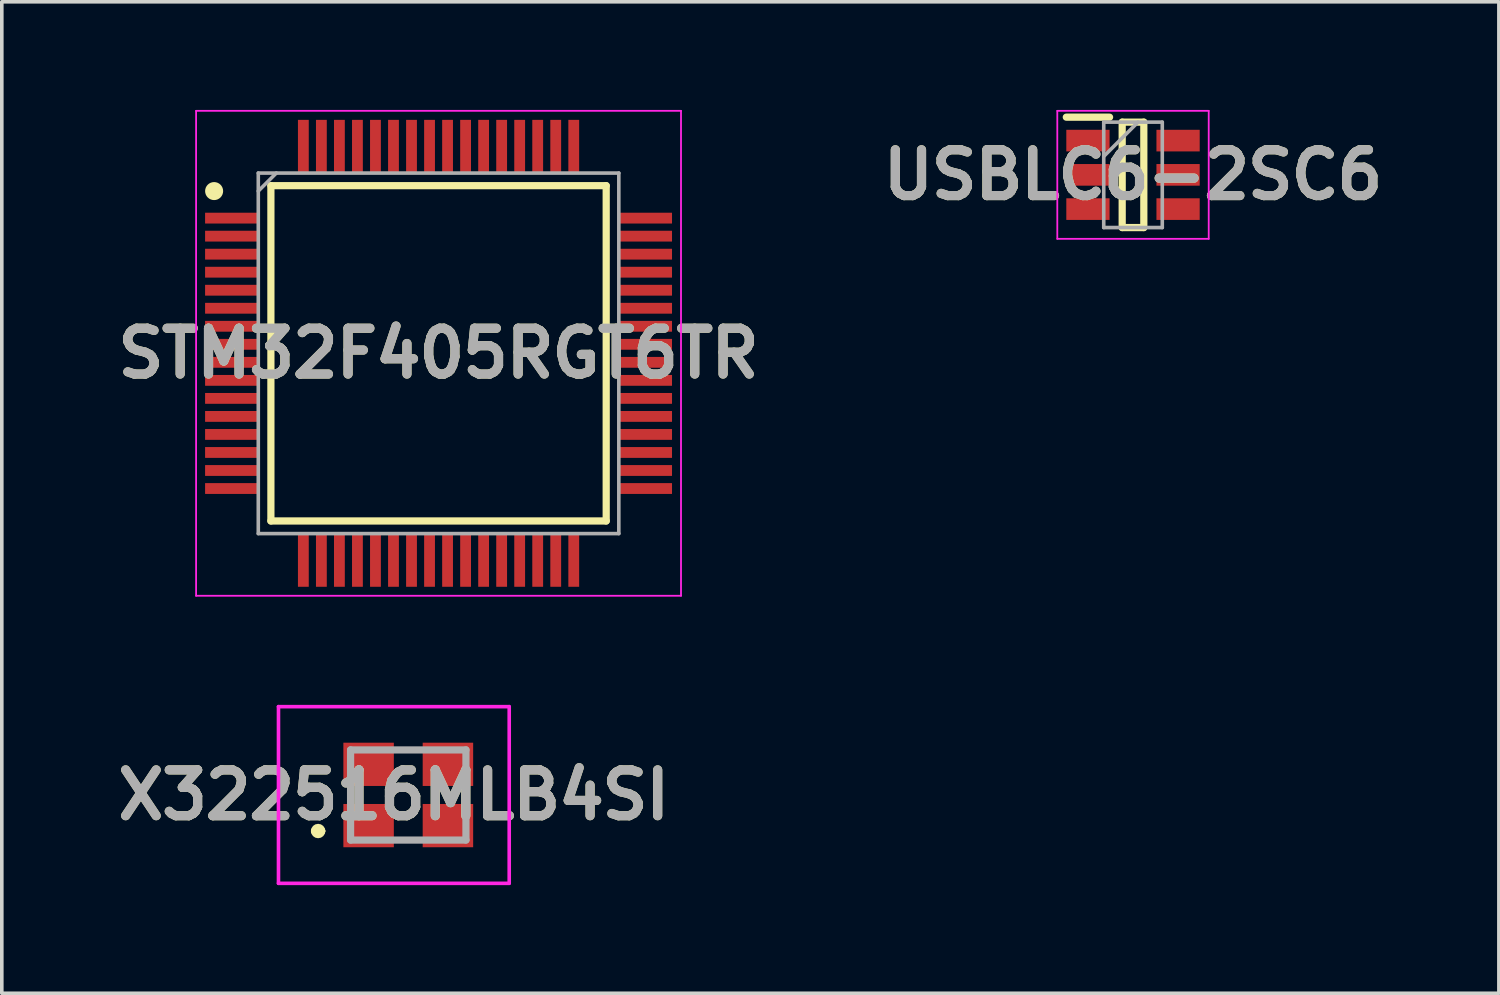
<source format=kicad_pcb>
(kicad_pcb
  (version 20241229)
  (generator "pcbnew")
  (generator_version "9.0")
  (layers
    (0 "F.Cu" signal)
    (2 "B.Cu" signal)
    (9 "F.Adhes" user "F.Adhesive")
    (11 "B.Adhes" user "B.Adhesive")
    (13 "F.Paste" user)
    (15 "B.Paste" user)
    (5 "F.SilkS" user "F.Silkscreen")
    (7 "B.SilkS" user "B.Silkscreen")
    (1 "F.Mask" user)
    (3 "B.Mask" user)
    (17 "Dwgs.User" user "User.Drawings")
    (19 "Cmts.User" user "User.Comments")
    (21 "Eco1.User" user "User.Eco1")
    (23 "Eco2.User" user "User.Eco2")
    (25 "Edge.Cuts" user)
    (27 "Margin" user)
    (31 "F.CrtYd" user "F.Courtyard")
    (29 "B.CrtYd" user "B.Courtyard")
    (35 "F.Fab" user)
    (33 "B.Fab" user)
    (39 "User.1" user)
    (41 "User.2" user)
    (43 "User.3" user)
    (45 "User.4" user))
  (footprint "USBLC6-2SC6"
    (layer "F.Cu")
    (at 28.376 1.8)
    (property "Reference" "USBLC6-2SC6" (at 0 0 0) (layer "F.SilkS") (effects (font (size 1.27 1.27) (thickness 0.254))))
    (attr smd)
    (fp_line (start -1.85 -1.6) (end -0.65 -1.6) (stroke (width 0.2) (type solid)) (layer "F.SilkS"))
    (fp_line (start -0.3 -1.462) (end 0.3 -1.462) (stroke (width 0.2) (type solid)) (layer "F.SilkS"))
    (fp_line (start -0.3 1.462) (end -0.3 -1.462) (stroke (width 0.2) (type solid)) (layer "F.SilkS"))
    (fp_line (start 0.3 -1.462) (end 0.3 1.462) (stroke (width 0.2) (type solid)) (layer "F.SilkS"))
    (fp_line (start 0.3 1.462) (end -0.3 1.462) (stroke (width 0.2) (type solid)) (layer "F.SilkS"))
    (fp_line (start -2.1 -1.775) (end 2.1 -1.775) (stroke (width 0.05) (type solid)) (layer "F.CrtYd"))
    (fp_line (start -2.1 1.775) (end -2.1 -1.775) (stroke (width 0.05) (type solid)) (layer "F.CrtYd"))
    (fp_line (start 2.1 -1.775) (end 2.1 1.775) (stroke (width 0.05) (type solid)) (layer "F.CrtYd"))
    (fp_line (start 2.1 1.775) (end -2.1 1.775) (stroke (width 0.05) (type solid)) (layer "F.CrtYd"))
    (fp_line (start -0.812 -1.462) (end 0.812 -1.462) (stroke (width 0.1) (type solid)) (layer "F.Fab"))
    (fp_line (start -0.812 -0.512) (end 0.138 -1.462) (stroke (width 0.1) (type solid)) (layer "F.Fab"))
    (fp_line (start -0.812 1.462) (end -0.812 -1.462) (stroke (width 0.1) (type solid)) (layer "F.Fab"))
    (fp_line (start 0.812 -1.462) (end 0.812 1.462) (stroke (width 0.1) (type solid)) (layer "F.Fab"))
    (fp_line (start 0.812 1.462) (end -0.812 1.462) (stroke (width 0.1) (type solid)) (layer "F.Fab"))
    (fp_text user "${REFERENCE}" (at 0 0 0) (layer "F.Fab") (effects (font (size 1.27 1.27) (thickness 0.254))))
    (pad "1" smd rect (at -1.25 -0.95 90) (size 0.6 1.2) (layers "F.Cu" "F.Mask" "F.Paste"))
    (pad "2" smd rect (at -1.25 0 90) (size 0.6 1.2) (layers "F.Cu" "F.Mask" "F.Paste"))
    (pad "3" smd rect (at -1.25 0.95 90) (size 0.6 1.2) (layers "F.Cu" "F.Mask" "F.Paste"))
    (pad "4" smd rect (at 1.25 0.95 90) (size 0.6 1.2) (layers "F.Cu" "F.Mask" "F.Paste"))
    (pad "5" smd rect (at 1.25 0 90) (size 0.6 1.2) (layers "F.Cu" "F.Mask" "F.Paste"))
    (pad "6" smd rect (at 1.25 -0.95 90) (size 0.6 1.2) (layers "F.Cu" "F.Mask" "F.Paste")))
  (footprint "STM32F405RGT6TR"
    (layer "F.Cu")
    (at 9.114 6.75)
    (property "Reference" "STM32F405RGT6TR" (at 0 0 0) (layer "F.SilkS") (effects (font (size 1.27 1.27) (thickness 0.254))))
    (attr smd)
    (fp_line (start -4.65 -4.65) (end 4.65 -4.65) (stroke (width 0.2) (type solid)) (layer "F.SilkS"))
    (fp_line (start -4.65 4.65) (end -4.65 -4.65) (stroke (width 0.2) (type solid)) (layer "F.SilkS"))
    (fp_line (start 4.65 -4.65) (end 4.65 4.65) (stroke (width 0.2) (type solid)) (layer "F.SilkS"))
    (fp_line (start 4.65 4.65) (end -4.65 4.65) (stroke (width 0.2) (type solid)) (layer "F.SilkS"))
    (fp_circle (center -6.225 -4.5) (end -6.225 -4.375) (stroke (width 0.25) (type solid)) (fill no) (layer "F.SilkS"))
    (fp_line (start -6.725 -6.725) (end 6.725 -6.725) (stroke (width 0.05) (type solid)) (layer "F.CrtYd"))
    (fp_line (start -6.725 6.725) (end -6.725 -6.725) (stroke (width 0.05) (type solid)) (layer "F.CrtYd"))
    (fp_line (start 6.725 -6.725) (end 6.725 6.725) (stroke (width 0.05) (type solid)) (layer "F.CrtYd"))
    (fp_line (start 6.725 6.725) (end -6.725 6.725) (stroke (width 0.05) (type solid)) (layer "F.CrtYd"))
    (fp_line (start -5 -5) (end 5 -5) (stroke (width 0.1) (type solid)) (layer "F.Fab"))
    (fp_line (start -5 -4.5) (end -4.5 -5) (stroke (width 0.1) (type solid)) (layer "F.Fab"))
    (fp_line (start -5 5) (end -5 -5) (stroke (width 0.1) (type solid)) (layer "F.Fab"))
    (fp_line (start 5 -5) (end 5 5) (stroke (width 0.1) (type solid)) (layer "F.Fab"))
    (fp_line (start 5 5) (end -5 5) (stroke (width 0.1) (type solid)) (layer "F.Fab"))
    (fp_text user "${REFERENCE}" (at 0 0 0) (layer "F.Fab") (effects (font (size 1.27 1.27) (thickness 0.254))))
    (pad "1" smd rect (at -5.738 -3.75 90) (size 0.3 1.475) (layers "F.Cu" "F.Mask" "F.Paste"))
    (pad "2" smd rect (at -5.738 -3.25 90) (size 0.3 1.475) (layers "F.Cu" "F.Mask" "F.Paste"))
    (pad "3" smd rect (at -5.738 -2.75 90) (size 0.3 1.475) (layers "F.Cu" "F.Mask" "F.Paste"))
    (pad "4" smd rect (at -5.738 -2.25 90) (size 0.3 1.475) (layers "F.Cu" "F.Mask" "F.Paste"))
    (pad "5" smd rect (at -5.738 -1.75 90) (size 0.3 1.475) (layers "F.Cu" "F.Mask" "F.Paste"))
    (pad "6" smd rect (at -5.738 -1.25 90) (size 0.3 1.475) (layers "F.Cu" "F.Mask" "F.Paste"))
    (pad "7" smd rect (at -5.738 -0.75 90) (size 0.3 1.475) (layers "F.Cu" "F.Mask" "F.Paste"))
    (pad "8" smd rect (at -5.738 -0.25 90) (size 0.3 1.475) (layers "F.Cu" "F.Mask" "F.Paste"))
    (pad "9" smd rect (at -5.738 0.25 90) (size 0.3 1.475) (layers "F.Cu" "F.Mask" "F.Paste"))
    (pad "10" smd rect (at -5.738 0.75 90) (size 0.3 1.475) (layers "F.Cu" "F.Mask" "F.Paste"))
    (pad "11" smd rect (at -5.738 1.25 90) (size 0.3 1.475) (layers "F.Cu" "F.Mask" "F.Paste"))
    (pad "12" smd rect (at -5.738 1.75 90) (size 0.3 1.475) (layers "F.Cu" "F.Mask" "F.Paste"))
    (pad "13" smd rect (at -5.738 2.25 90) (size 0.3 1.475) (layers "F.Cu" "F.Mask" "F.Paste"))
    (pad "14" smd rect (at -5.738 2.75 90) (size 0.3 1.475) (layers "F.Cu" "F.Mask" "F.Paste"))
    (pad "15" smd rect (at -5.738 3.25 90) (size 0.3 1.475) (layers "F.Cu" "F.Mask" "F.Paste"))
    (pad "16" smd rect (at -5.738 3.75 90) (size 0.3 1.475) (layers "F.Cu" "F.Mask" "F.Paste"))
    (pad "17" smd rect (at -3.75 5.738) (size 0.3 1.475) (layers "F.Cu" "F.Mask" "F.Paste"))
    (pad "18" smd rect (at -3.25 5.738) (size 0.3 1.475) (layers "F.Cu" "F.Mask" "F.Paste"))
    (pad "19" smd rect (at -2.75 5.738) (size 0.3 1.475) (layers "F.Cu" "F.Mask" "F.Paste"))
    (pad "20" smd rect (at -2.25 5.738) (size 0.3 1.475) (layers "F.Cu" "F.Mask" "F.Paste"))
    (pad "21" smd rect (at -1.75 5.738) (size 0.3 1.475) (layers "F.Cu" "F.Mask" "F.Paste"))
    (pad "22" smd rect (at -1.25 5.738) (size 0.3 1.475) (layers "F.Cu" "F.Mask" "F.Paste"))
    (pad "23" smd rect (at -0.75 5.738) (size 0.3 1.475) (layers "F.Cu" "F.Mask" "F.Paste"))
    (pad "24" smd rect (at -0.25 5.738) (size 0.3 1.475) (layers "F.Cu" "F.Mask" "F.Paste"))
    (pad "25" smd rect (at 0.25 5.738) (size 0.3 1.475) (layers "F.Cu" "F.Mask" "F.Paste"))
    (pad "26" smd rect (at 0.75 5.738) (size 0.3 1.475) (layers "F.Cu" "F.Mask" "F.Paste"))
    (pad "27" smd rect (at 1.25 5.738) (size 0.3 1.475) (layers "F.Cu" "F.Mask" "F.Paste"))
    (pad "28" smd rect (at 1.75 5.738) (size 0.3 1.475) (layers "F.Cu" "F.Mask" "F.Paste"))
    (pad "29" smd rect (at 2.25 5.738) (size 0.3 1.475) (layers "F.Cu" "F.Mask" "F.Paste"))
    (pad "30" smd rect (at 2.75 5.738) (size 0.3 1.475) (layers "F.Cu" "F.Mask" "F.Paste"))
    (pad "31" smd rect (at 3.25 5.738) (size 0.3 1.475) (layers "F.Cu" "F.Mask" "F.Paste"))
    (pad "32" smd rect (at 3.75 5.738) (size 0.3 1.475) (layers "F.Cu" "F.Mask" "F.Paste"))
    (pad "33" smd rect (at 5.738 3.75 90) (size 0.3 1.475) (layers "F.Cu" "F.Mask" "F.Paste"))
    (pad "34" smd rect (at 5.738 3.25 90) (size 0.3 1.475) (layers "F.Cu" "F.Mask" "F.Paste"))
    (pad "35" smd rect (at 5.738 2.75 90) (size 0.3 1.475) (layers "F.Cu" "F.Mask" "F.Paste"))
    (pad "36" smd rect (at 5.738 2.25 90) (size 0.3 1.475) (layers "F.Cu" "F.Mask" "F.Paste"))
    (pad "37" smd rect (at 5.738 1.75 90) (size 0.3 1.475) (layers "F.Cu" "F.Mask" "F.Paste"))
    (pad "38" smd rect (at 5.738 1.25 90) (size 0.3 1.475) (layers "F.Cu" "F.Mask" "F.Paste"))
    (pad "39" smd rect (at 5.738 0.75 90) (size 0.3 1.475) (layers "F.Cu" "F.Mask" "F.Paste"))
    (pad "40" smd rect (at 5.738 0.25 90) (size 0.3 1.475) (layers "F.Cu" "F.Mask" "F.Paste"))
    (pad "41" smd rect (at 5.738 -0.25 90) (size 0.3 1.475) (layers "F.Cu" "F.Mask" "F.Paste"))
    (pad "42" smd rect (at 5.738 -0.75 90) (size 0.3 1.475) (layers "F.Cu" "F.Mask" "F.Paste"))
    (pad "43" smd rect (at 5.738 -1.25 90) (size 0.3 1.475) (layers "F.Cu" "F.Mask" "F.Paste"))
    (pad "44" smd rect (at 5.738 -1.75 90) (size 0.3 1.475) (layers "F.Cu" "F.Mask" "F.Paste"))
    (pad "45" smd rect (at 5.738 -2.25 90) (size 0.3 1.475) (layers "F.Cu" "F.Mask" "F.Paste"))
    (pad "46" smd rect (at 5.738 -2.75 90) (size 0.3 1.475) (layers "F.Cu" "F.Mask" "F.Paste"))
    (pad "47" smd rect (at 5.738 -3.25 90) (size 0.3 1.475) (layers "F.Cu" "F.Mask" "F.Paste"))
    (pad "48" smd rect (at 5.738 -3.75 90) (size 0.3 1.475) (layers "F.Cu" "F.Mask" "F.Paste"))
    (pad "49" smd rect (at 3.75 -5.738) (size 0.3 1.475) (layers "F.Cu" "F.Mask" "F.Paste"))
    (pad "50" smd rect (at 3.25 -5.738) (size 0.3 1.475) (layers "F.Cu" "F.Mask" "F.Paste"))
    (pad "51" smd rect (at 2.75 -5.738) (size 0.3 1.475) (layers "F.Cu" "F.Mask" "F.Paste"))
    (pad "52" smd rect (at 2.25 -5.738) (size 0.3 1.475) (layers "F.Cu" "F.Mask" "F.Paste"))
    (pad "53" smd rect (at 1.75 -5.738) (size 0.3 1.475) (layers "F.Cu" "F.Mask" "F.Paste"))
    (pad "54" smd rect (at 1.25 -5.738) (size 0.3 1.475) (layers "F.Cu" "F.Mask" "F.Paste"))
    (pad "55" smd rect (at 0.75 -5.738) (size 0.3 1.475) (layers "F.Cu" "F.Mask" "F.Paste"))
    (pad "56" smd rect (at 0.25 -5.738) (size 0.3 1.475) (layers "F.Cu" "F.Mask" "F.Paste"))
    (pad "57" smd rect (at -0.25 -5.738) (size 0.3 1.475) (layers "F.Cu" "F.Mask" "F.Paste"))
    (pad "58" smd rect (at -0.75 -5.738) (size 0.3 1.475) (layers "F.Cu" "F.Mask" "F.Paste"))
    (pad "59" smd rect (at -1.25 -5.738) (size 0.3 1.475) (layers "F.Cu" "F.Mask" "F.Paste"))
    (pad "60" smd rect (at -1.75 -5.738) (size 0.3 1.475) (layers "F.Cu" "F.Mask" "F.Paste"))
    (pad "61" smd rect (at -2.25 -5.738) (size 0.3 1.475) (layers "F.Cu" "F.Mask" "F.Paste"))
    (pad "62" smd rect (at -2.75 -5.738) (size 0.3 1.475) (layers "F.Cu" "F.Mask" "F.Paste"))
    (pad "63" smd rect (at -3.25 -5.738) (size 0.3 1.475) (layers "F.Cu" "F.Mask" "F.Paste"))
    (pad "64" smd rect (at -3.75 -5.738) (size 0.3 1.475) (layers "F.Cu" "F.Mask" "F.Paste")))
  (footprint "X322516MLB4SI"
    (layer "F.Cu")
    (at 8.274 19)
    (property "Reference" "X322516MLB4SI" (at -0.4 0 0) (layer "F.SilkS") (effects (font (size 1.27 1.27) (thickness 0.254))))
    (attr smd)
    (fp_line (start -2.6 1) (end -2.6 1) (stroke (width 0.2) (type solid)) (layer "F.SilkS"))
    (fp_line (start -2.4 1) (end -2.4 1) (stroke (width 0.2) (type solid)) (layer "F.SilkS"))
    (fp_arc (start -2.6 1) (mid -2.5 0.9) (end -2.4 1) (stroke (width 0.2) (type solid)) (layer "F.SilkS"))
    (fp_arc (start -2.4 1) (mid -2.5 1.1) (end -2.6 1) (stroke (width 0.2) (type solid)) (layer "F.SilkS"))
    (fp_line (start -3.6 -2.45) (end 2.8 -2.45) (stroke (width 0.1) (type solid)) (layer "F.CrtYd"))
    (fp_line (start -3.6 2.45) (end -3.6 -2.45) (stroke (width 0.1) (type solid)) (layer "F.CrtYd"))
    (fp_line (start 2.8 -2.45) (end 2.8 2.45) (stroke (width 0.1) (type solid)) (layer "F.CrtYd"))
    (fp_line (start 2.8 2.45) (end -3.6 2.45) (stroke (width 0.1) (type solid)) (layer "F.CrtYd"))
    (fp_line (start -1.6 -1.25) (end 1.6 -1.25) (stroke (width 0.2) (type solid)) (layer "F.Fab"))
    (fp_line (start -1.6 1.25) (end -1.6 -1.25) (stroke (width 0.2) (type solid)) (layer "F.Fab"))
    (fp_line (start 1.6 -1.25) (end 1.6 1.25) (stroke (width 0.2) (type solid)) (layer "F.Fab"))
    (fp_line (start 1.6 1.25) (end -1.6 1.25) (stroke (width 0.2) (type solid)) (layer "F.Fab"))
    (fp_text user "${REFERENCE}" (at -0.4 0 0) (layer "F.Fab") (effects (font (size 1.27 1.27) (thickness 0.254))))
    (pad "1" smd rect (at -1.1 0.85 90) (size 1.2 1.4) (layers "F.Cu" "F.Mask" "F.Paste"))
    (pad "2" smd rect (at 1.1 0.85 90) (size 1.2 1.4) (layers "F.Cu" "F.Mask" "F.Paste"))
    (pad "3" smd rect (at 1.1 -0.85 90) (size 1.2 1.4) (layers "F.Cu" "F.Mask" "F.Paste"))
    (pad "4" smd rect (at -1.1 -0.85 90) (size 1.2 1.4) (layers "F.Cu" "F.Mask" "F.Paste")))
  (gr_rect
    (start -3 -3)
    (end 38.524 24.5)
    (stroke (width 0.1) (type default))
    (fill no)
    (layer "Edge.Cuts")))
</source>
